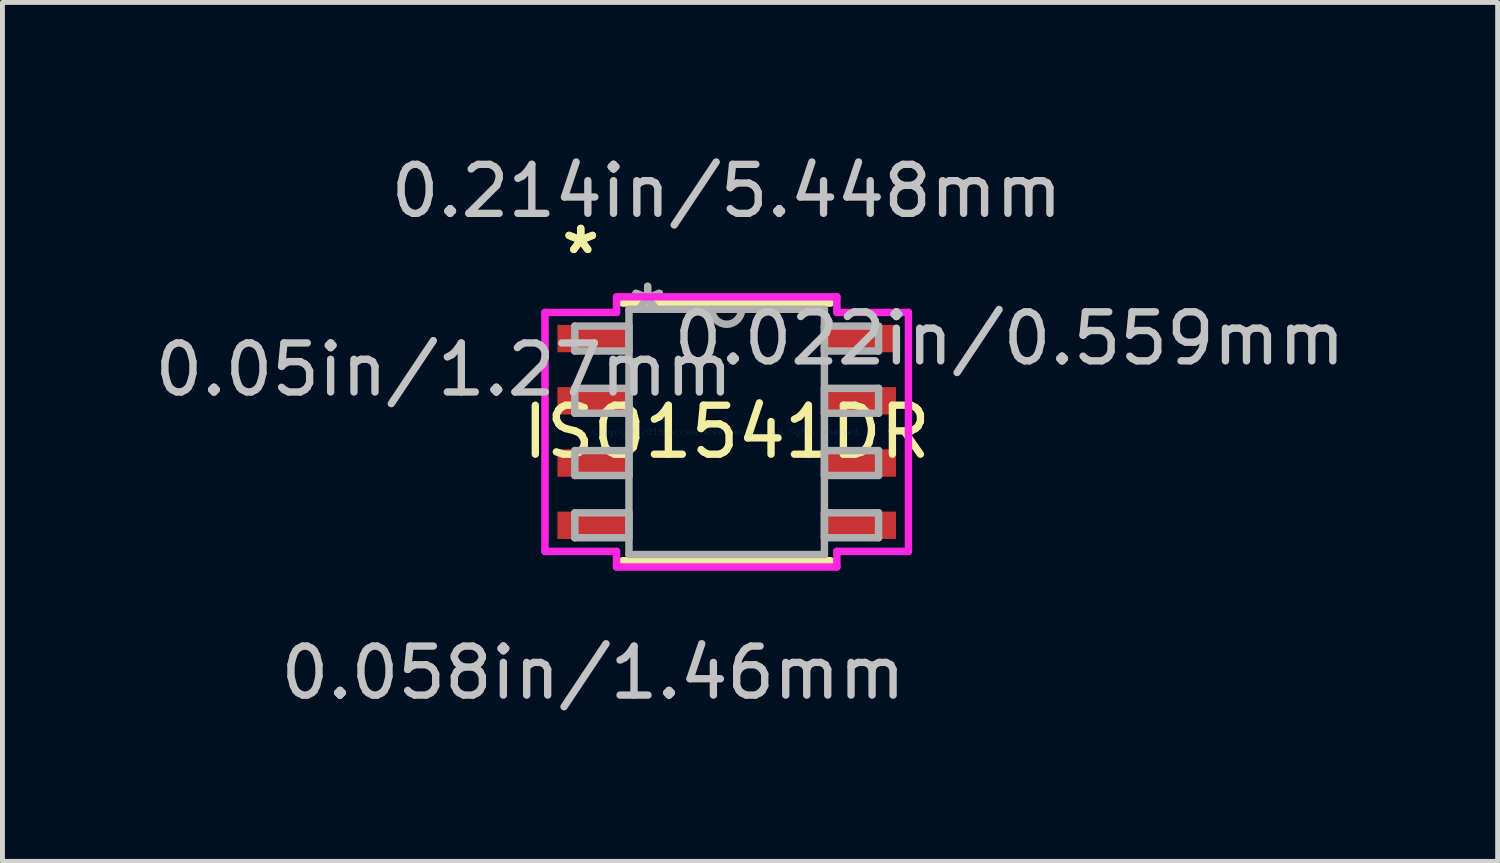
<source format=kicad_pcb>
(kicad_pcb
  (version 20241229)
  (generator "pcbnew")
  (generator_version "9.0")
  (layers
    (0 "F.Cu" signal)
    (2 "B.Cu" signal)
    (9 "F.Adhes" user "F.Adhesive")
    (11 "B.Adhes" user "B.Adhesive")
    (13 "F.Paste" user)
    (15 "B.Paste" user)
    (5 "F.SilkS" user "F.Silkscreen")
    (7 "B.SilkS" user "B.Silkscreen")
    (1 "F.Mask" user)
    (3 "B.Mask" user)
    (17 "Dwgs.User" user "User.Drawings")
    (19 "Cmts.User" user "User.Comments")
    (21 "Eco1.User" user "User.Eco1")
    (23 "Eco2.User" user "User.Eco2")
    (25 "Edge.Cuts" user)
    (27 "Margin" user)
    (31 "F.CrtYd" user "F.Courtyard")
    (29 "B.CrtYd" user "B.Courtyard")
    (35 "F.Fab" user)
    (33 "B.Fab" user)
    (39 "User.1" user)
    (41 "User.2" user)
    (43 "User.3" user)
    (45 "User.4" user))
  (footprint "ISO1541DR"
    (layer "F.Cu")
    (at 11.778 5.763)
    (property "Reference" "ISO1541DR" (at 0 0 0) (layer "F.SilkS") (effects (font (size 1 1) (thickness 0.15))))
    (attr through_hole)
    (fp_line (start -2.121 2.629) (end 2.121 2.629) (stroke (width 0.152) (type solid)) (layer "F.SilkS"))
    (fp_line (start 2.121 -2.629) (end -2.121 -2.629) (stroke (width 0.152) (type solid)) (layer "F.SilkS"))
    (fp_line (start -3.708 -2.438) (end -2.248 -2.438) (stroke (width 0.152) (type solid)) (layer "F.CrtYd"))
    (fp_line (start -3.708 2.438) (end -3.708 -2.438) (stroke (width 0.152) (type solid)) (layer "F.CrtYd"))
    (fp_line (start -2.248 -2.756) (end 2.248 -2.756) (stroke (width 0.152) (type solid)) (layer "F.CrtYd"))
    (fp_line (start -2.248 -2.438) (end -2.248 -2.756) (stroke (width 0.152) (type solid)) (layer "F.CrtYd"))
    (fp_line (start -2.248 2.438) (end -3.708 2.438) (stroke (width 0.152) (type solid)) (layer "F.CrtYd"))
    (fp_line (start -2.248 2.756) (end -2.248 2.438) (stroke (width 0.152) (type solid)) (layer "F.CrtYd"))
    (fp_line (start 2.248 -2.756) (end 2.248 -2.438) (stroke (width 0.152) (type solid)) (layer "F.CrtYd"))
    (fp_line (start 2.248 -2.438) (end 3.708 -2.438) (stroke (width 0.152) (type solid)) (layer "F.CrtYd"))
    (fp_line (start 2.248 2.438) (end 2.248 2.756) (stroke (width 0.152) (type solid)) (layer "F.CrtYd"))
    (fp_line (start 2.248 2.756) (end -2.248 2.756) (stroke (width 0.152) (type solid)) (layer "F.CrtYd"))
    (fp_line (start 3.708 -2.438) (end 3.708 2.438) (stroke (width 0.152) (type solid)) (layer "F.CrtYd"))
    (fp_line (start 3.708 2.438) (end 2.248 2.438) (stroke (width 0.152) (type solid)) (layer "F.CrtYd"))
    (fp_line (start -3.099 -2.159) (end -3.099 -1.651) (stroke (width 0.152) (type solid)) (layer "F.Fab"))
    (fp_line (start -3.099 -1.651) (end -1.994 -1.651) (stroke (width 0.152) (type solid)) (layer "F.Fab"))
    (fp_line (start -3.099 -0.889) (end -3.099 -0.381) (stroke (width 0.152) (type solid)) (layer "F.Fab"))
    (fp_line (start -3.099 -0.381) (end -1.994 -0.381) (stroke (width 0.152) (type solid)) (layer "F.Fab"))
    (fp_line (start -3.099 0.381) (end -3.099 0.889) (stroke (width 0.152) (type solid)) (layer "F.Fab"))
    (fp_line (start -3.099 0.889) (end -1.994 0.889) (stroke (width 0.152) (type solid)) (layer "F.Fab"))
    (fp_line (start -3.099 1.651) (end -3.099 2.159) (stroke (width 0.152) (type solid)) (layer "F.Fab"))
    (fp_line (start -3.099 2.159) (end -1.994 2.159) (stroke (width 0.152) (type solid)) (layer "F.Fab"))
    (fp_line (start -1.994 -2.502) (end -1.994 2.502) (stroke (width 0.152) (type solid)) (layer "F.Fab"))
    (fp_line (start -1.994 -2.159) (end -3.099 -2.159) (stroke (width 0.152) (type solid)) (layer "F.Fab"))
    (fp_line (start -1.994 -1.651) (end -1.994 -2.159) (stroke (width 0.152) (type solid)) (layer "F.Fab"))
    (fp_line (start -1.994 -0.889) (end -3.099 -0.889) (stroke (width 0.152) (type solid)) (layer "F.Fab"))
    (fp_line (start -1.994 -0.381) (end -1.994 -0.889) (stroke (width 0.152) (type solid)) (layer "F.Fab"))
    (fp_line (start -1.994 0.381) (end -3.099 0.381) (stroke (width 0.152) (type solid)) (layer "F.Fab"))
    (fp_line (start -1.994 0.889) (end -1.994 0.381) (stroke (width 0.152) (type solid)) (layer "F.Fab"))
    (fp_line (start -1.994 1.651) (end -3.099 1.651) (stroke (width 0.152) (type solid)) (layer "F.Fab"))
    (fp_line (start -1.994 2.159) (end -1.994 1.651) (stroke (width 0.152) (type solid)) (layer "F.Fab"))
    (fp_line (start -1.994 2.502) (end 1.994 2.502) (stroke (width 0.152) (type solid)) (layer "F.Fab"))
    (fp_line (start 1.994 -2.502) (end -1.994 -2.502) (stroke (width 0.152) (type solid)) (layer "F.Fab"))
    (fp_line (start 1.994 -2.159) (end 1.994 -1.651) (stroke (width 0.152) (type solid)) (layer "F.Fab"))
    (fp_line (start 1.994 -1.651) (end 3.099 -1.651) (stroke (width 0.152) (type solid)) (layer "F.Fab"))
    (fp_line (start 1.994 -0.889) (end 1.994 -0.381) (stroke (width 0.152) (type solid)) (layer "F.Fab"))
    (fp_line (start 1.994 -0.381) (end 3.099 -0.381) (stroke (width 0.152) (type solid)) (layer "F.Fab"))
    (fp_line (start 1.994 0.381) (end 1.994 0.889) (stroke (width 0.152) (type solid)) (layer "F.Fab"))
    (fp_line (start 1.994 0.889) (end 3.099 0.889) (stroke (width 0.152) (type solid)) (layer "F.Fab"))
    (fp_line (start 1.994 1.651) (end 1.994 2.159) (stroke (width 0.152) (type solid)) (layer "F.Fab"))
    (fp_line (start 1.994 2.159) (end 3.099 2.159) (stroke (width 0.152) (type solid)) (layer "F.Fab"))
    (fp_line (start 1.994 2.502) (end 1.994 -2.502) (stroke (width 0.152) (type solid)) (layer "F.Fab"))
    (fp_line (start 3.099 -2.159) (end 1.994 -2.159) (stroke (width 0.152) (type solid)) (layer "F.Fab"))
    (fp_line (start 3.099 -1.651) (end 3.099 -2.159) (stroke (width 0.152) (type solid)) (layer "F.Fab"))
    (fp_line (start 3.099 -0.889) (end 1.994 -0.889) (stroke (width 0.152) (type solid)) (layer "F.Fab"))
    (fp_line (start 3.099 -0.381) (end 3.099 -0.889) (stroke (width 0.152) (type solid)) (layer "F.Fab"))
    (fp_line (start 3.099 0.381) (end 1.994 0.381) (stroke (width 0.152) (type solid)) (layer "F.Fab"))
    (fp_line (start 3.099 0.889) (end 3.099 0.381) (stroke (width 0.152) (type solid)) (layer "F.Fab"))
    (fp_line (start 3.099 1.651) (end 1.994 1.651) (stroke (width 0.152) (type solid)) (layer "F.Fab"))
    (fp_line (start 3.099 2.159) (end 3.099 1.651) (stroke (width 0.152) (type solid)) (layer "F.Fab"))
    (fp_arc (start 0.3048 -2.5019) (mid 0 -2.1971) (end -0.3048 -2.5019) (stroke (width 0.1524) (type solid)) (layer "F.Fab"))
    (fp_text user "*" (at -2.978 -3.607 0) (layer "F.SilkS") (effects (font (size 1 1) (thickness 0.15))))
    (fp_text user "*" (at -2.978 -3.607 0) (layer "F.SilkS") (effects (font (size 1 1) (thickness 0.15))))
    (fp_text user "0.058in/1.46mm" (at -2.724 4.915 0) (layer "Dwgs.User") (effects (font (size 1 1) (thickness 0.15))))
    (fp_text user "0.022in/0.559mm" (at 5.772 -1.905 0) (layer "Dwgs.User") (effects (font (size 1 1) (thickness 0.15))))
    (fp_text user "0.05in/1.27mm" (at -5.772 -1.27 0) (layer "Dwgs.User") (effects (font (size 1 1) (thickness 0.15))))
    (fp_text user "0.214in/5.448mm" (at 0 -4.915 0) (layer "Dwgs.User") (effects (font (size 1 1) (thickness 0.15))))
    (fp_text user "Copyright 2016 Accelerated Designs. All rights reserved." (at 0 0 0) (layer "Cmts.User") (effects (font (size 0.127 0.127) (thickness 0.002))))
    (fp_text user "*" (at -1.613 -2.426 0) (layer "F.Fab") (effects (font (size 1 1) (thickness 0.15))))
    (fp_text user "*" (at -1.613 -2.426 0) (layer "F.Fab") (effects (font (size 1 1) (thickness 0.15))))
    (pad "1" smd rect (at -2.724 -1.905) (size 1.46 0.559) (layers "F.Cu" "F.Mask" "F.Paste"))
    (pad "2" smd rect (at -2.724 -0.635) (size 1.46 0.559) (layers "F.Cu" "F.Mask" "F.Paste"))
    (pad "3" smd rect (at -2.724 0.635) (size 1.46 0.559) (layers "F.Cu" "F.Mask" "F.Paste"))
    (pad "4" smd rect (at -2.724 1.905) (size 1.46 0.559) (layers "F.Cu" "F.Mask" "F.Paste"))
    (pad "5" smd rect (at 2.724 1.905) (size 1.46 0.559) (layers "F.Cu" "F.Mask" "F.Paste"))
    (pad "6" smd rect (at 2.724 0.635) (size 1.46 0.559) (layers "F.Cu" "F.Mask" "F.Paste"))
    (pad "7" smd rect (at 2.724 -0.635) (size 1.46 0.559) (layers "F.Cu" "F.Mask" "F.Paste"))
    (pad "8" smd rect (at 2.724 -1.905) (size 1.46 0.559) (layers "F.Cu" "F.Mask" "F.Paste")))
  (gr_rect
    (start -3 -3)
    (end 27.509 14.526)
    (stroke (width 0.1) (type default))
    (fill no)
    (layer "Edge.Cuts")))
</source>
